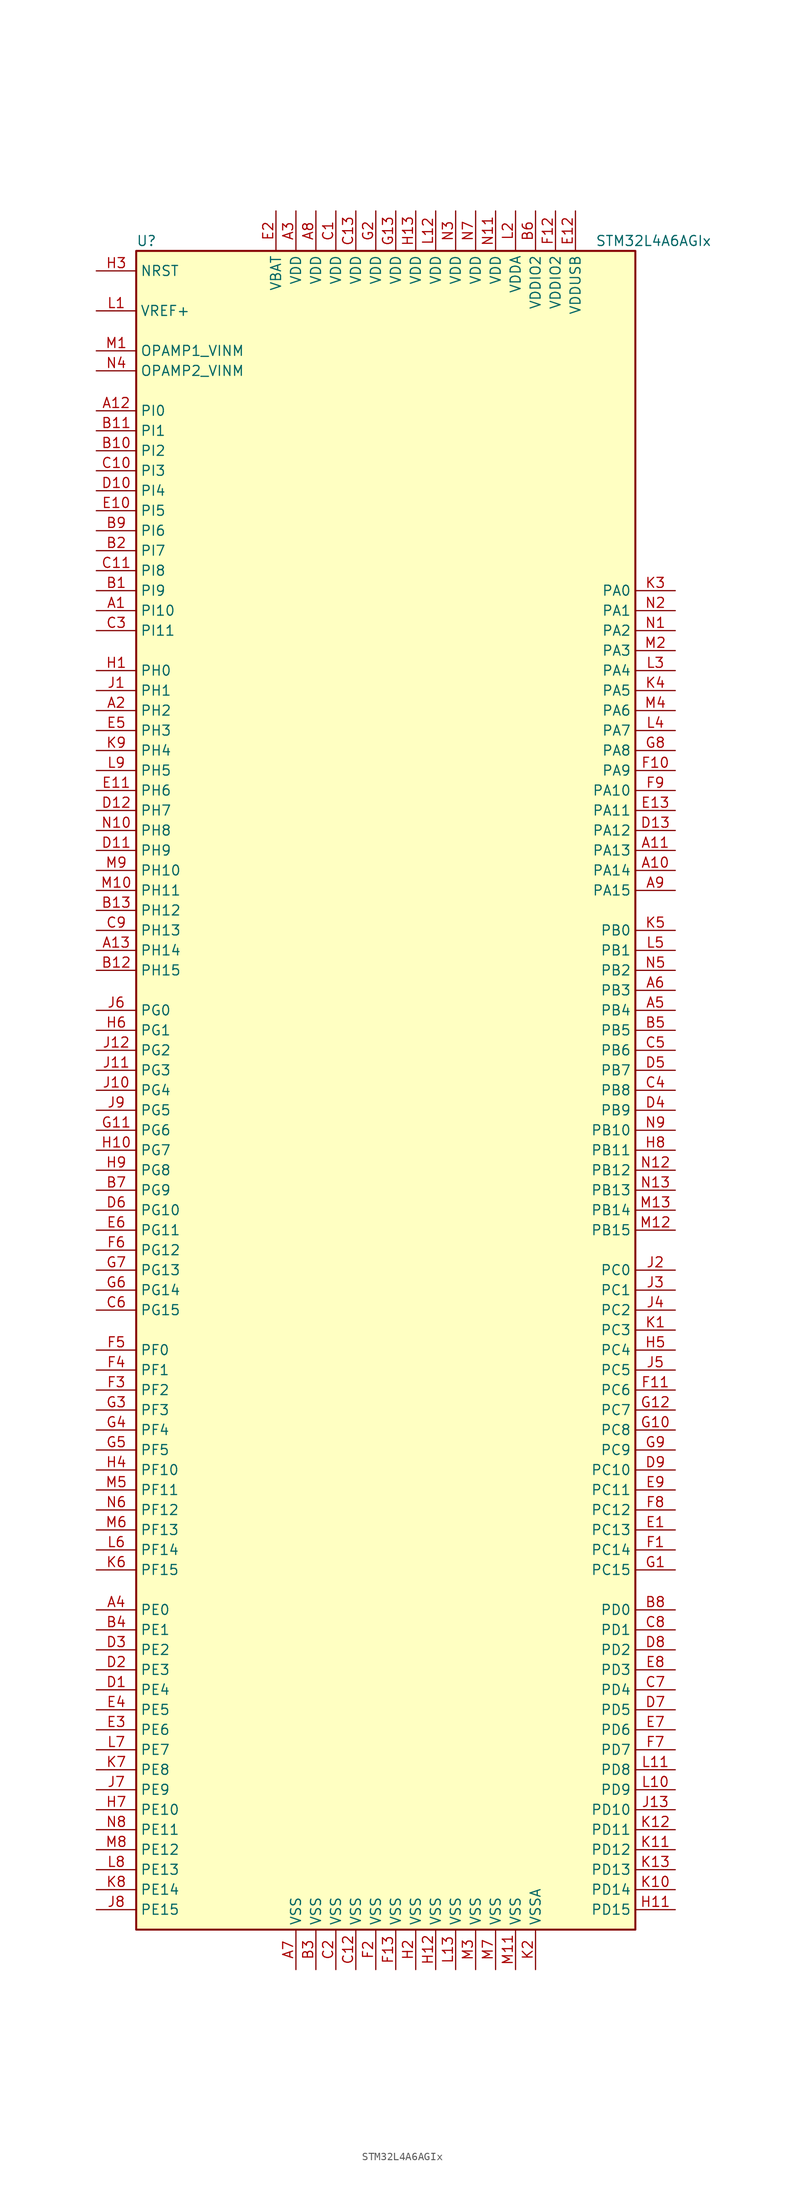
<source format=kicad_sym>
(kicad_symbol_lib
  (version 20220914)
  (generator kicad_symbol_editor)
  (symbol "STM32L4A6AGIx"
    (property "Reference" "U"
      (at -33.02 107.95 0)
      (effects (font (size 1.27 1.27)) (justify left)))
    (property "Value" "STM32L4A6AGIx"
      (at 25.4 107.95 0)
      (effects (font (size 1.27 1.27)) (justify left)))
    (symbol "STM32L4A6AGIx_0_1"
      (rectangle (start -33.02 -106.68) (end 30.48 106.68) (stroke (width 0.254) (type default)) (fill (type background))))
    (symbol "STM32L4A6AGIx_1_1"
      (pin bidirectional line (at -38.1 60.96 0) (length 5.08) (name "PI10" (effects (font (size 1.27 1.27)))) (number "A1" (effects (font (size 1.27 1.27)))))
      (pin bidirectional line (at 35.56 27.94 180) (length 5.08) (name "PA14" (effects (font (size 1.27 1.27)))) (number "A10" (effects (font (size 1.27 1.27)))))
      (pin bidirectional line (at 35.56 30.48 180) (length 5.08) (name "PA13" (effects (font (size 1.27 1.27)))) (number "A11" (effects (font (size 1.27 1.27)))))
      (pin bidirectional line (at -38.1 86.36 0) (length 5.08) (name "PI0" (effects (font (size 1.27 1.27)))) (number "A12" (effects (font (size 1.27 1.27)))))
      (pin bidirectional line (at -38.1 17.78 0) (length 5.08) (name "PH14" (effects (font (size 1.27 1.27)))) (number "A13" (effects (font (size 1.27 1.27)))))
      (pin bidirectional line (at -38.1 48.26 0) (length 5.08) (name "PH2" (effects (font (size 1.27 1.27)))) (number "A2" (effects (font (size 1.27 1.27)))))
      (pin power_in line (at -12.7 111.76 270) (length 5.08) (name "VDD" (effects (font (size 1.27 1.27)))) (number "A3" (effects (font (size 1.27 1.27)))))
      (pin bidirectional line (at -38.1 -66.04 0) (length 5.08) (name "PE0" (effects (font (size 1.27 1.27)))) (number "A4" (effects (font (size 1.27 1.27)))))
      (pin bidirectional line (at 35.56 10.16 180) (length 5.08) (name "PB4" (effects (font (size 1.27 1.27)))) (number "A5" (effects (font (size 1.27 1.27)))))
      (pin bidirectional line (at 35.56 12.7 180) (length 5.08) (name "PB3" (effects (font (size 1.27 1.27)))) (number "A6" (effects (font (size 1.27 1.27)))))
      (pin power_in line (at -12.7 -111.76 90) (length 5.08) (name "VSS" (effects (font (size 1.27 1.27)))) (number "A7" (effects (font (size 1.27 1.27)))))
      (pin power_in line (at -10.16 111.76 270) (length 5.08) (name "VDD" (effects (font (size 1.27 1.27)))) (number "A8" (effects (font (size 1.27 1.27)))))
      (pin bidirectional line (at 35.56 25.4 180) (length 5.08) (name "PA15" (effects (font (size 1.27 1.27)))) (number "A9" (effects (font (size 1.27 1.27)))))
      (pin bidirectional line (at -38.1 63.5 0) (length 5.08) (name "PI9" (effects (font (size 1.27 1.27)))) (number "B1" (effects (font (size 1.27 1.27)))))
      (pin bidirectional line (at -38.1 81.28 0) (length 5.08) (name "PI2" (effects (font (size 1.27 1.27)))) (number "B10" (effects (font (size 1.27 1.27)))))
      (pin bidirectional line (at -38.1 83.82 0) (length 5.08) (name "PI1" (effects (font (size 1.27 1.27)))) (number "B11" (effects (font (size 1.27 1.27)))))
      (pin bidirectional line (at -38.1 15.24 0) (length 5.08) (name "PH15" (effects (font (size 1.27 1.27)))) (number "B12" (effects (font (size 1.27 1.27)))))
      (pin bidirectional line (at -38.1 22.86 0) (length 5.08) (name "PH12" (effects (font (size 1.27 1.27)))) (number "B13" (effects (font (size 1.27 1.27)))))
      (pin bidirectional line (at -38.1 68.58 0) (length 5.08) (name "PI7" (effects (font (size 1.27 1.27)))) (number "B2" (effects (font (size 1.27 1.27)))))
      (pin power_in line (at -10.16 -111.76 90) (length 5.08) (name "VSS" (effects (font (size 1.27 1.27)))) (number "B3" (effects (font (size 1.27 1.27)))))
      (pin bidirectional line (at -38.1 -68.58 0) (length 5.08) (name "PE1" (effects (font (size 1.27 1.27)))) (number "B4" (effects (font (size 1.27 1.27)))))
      (pin bidirectional line (at 35.56 7.62 180) (length 5.08) (name "PB5" (effects (font (size 1.27 1.27)))) (number "B5" (effects (font (size 1.27 1.27)))))
      (pin power_in line (at 17.78 111.76 270) (length 5.08) (name "VDDIO2" (effects (font (size 1.27 1.27)))) (number "B6" (effects (font (size 1.27 1.27)))))
      (pin bidirectional line (at -38.1 -12.7 0) (length 5.08) (name "PG9" (effects (font (size 1.27 1.27)))) (number "B7" (effects (font (size 1.27 1.27)))))
      (pin bidirectional line (at 35.56 -66.04 180) (length 5.08) (name "PD0" (effects (font (size 1.27 1.27)))) (number "B8" (effects (font (size 1.27 1.27)))))
      (pin bidirectional line (at -38.1 71.12 0) (length 5.08) (name "PI6" (effects (font (size 1.27 1.27)))) (number "B9" (effects (font (size 1.27 1.27)))))
      (pin power_in line (at -7.62 111.76 270) (length 5.08) (name "VDD" (effects (font (size 1.27 1.27)))) (number "C1" (effects (font (size 1.27 1.27)))))
      (pin bidirectional line (at -38.1 78.74 0) (length 5.08) (name "PI3" (effects (font (size 1.27 1.27)))) (number "C10" (effects (font (size 1.27 1.27)))))
      (pin bidirectional line (at -38.1 66.04 0) (length 5.08) (name "PI8" (effects (font (size 1.27 1.27)))) (number "C11" (effects (font (size 1.27 1.27)))))
      (pin power_in line (at -5.08 -111.76 90) (length 5.08) (name "VSS" (effects (font (size 1.27 1.27)))) (number "C12" (effects (font (size 1.27 1.27)))))
      (pin power_in line (at -5.08 111.76 270) (length 5.08) (name "VDD" (effects (font (size 1.27 1.27)))) (number "C13" (effects (font (size 1.27 1.27)))))
      (pin power_in line (at -7.62 -111.76 90) (length 5.08) (name "VSS" (effects (font (size 1.27 1.27)))) (number "C2" (effects (font (size 1.27 1.27)))))
      (pin bidirectional line (at -38.1 58.42 0) (length 5.08) (name "PI11" (effects (font (size 1.27 1.27)))) (number "C3" (effects (font (size 1.27 1.27)))))
      (pin bidirectional line (at 35.56 0 180) (length 5.08) (name "PB8" (effects (font (size 1.27 1.27)))) (number "C4" (effects (font (size 1.27 1.27)))))
      (pin bidirectional line (at 35.56 5.08 180) (length 5.08) (name "PB6" (effects (font (size 1.27 1.27)))) (number "C5" (effects (font (size 1.27 1.27)))))
      (pin bidirectional line (at -38.1 -27.94 0) (length 5.08) (name "PG15" (effects (font (size 1.27 1.27)))) (number "C6" (effects (font (size 1.27 1.27)))))
      (pin bidirectional line (at 35.56 -76.2 180) (length 5.08) (name "PD4" (effects (font (size 1.27 1.27)))) (number "C7" (effects (font (size 1.27 1.27)))))
      (pin bidirectional line (at 35.56 -68.58 180) (length 5.08) (name "PD1" (effects (font (size 1.27 1.27)))) (number "C8" (effects (font (size 1.27 1.27)))))
      (pin bidirectional line (at -38.1 20.32 0) (length 5.08) (name "PH13" (effects (font (size 1.27 1.27)))) (number "C9" (effects (font (size 1.27 1.27)))))
      (pin bidirectional line (at -38.1 -76.2 0) (length 5.08) (name "PE4" (effects (font (size 1.27 1.27)))) (number "D1" (effects (font (size 1.27 1.27)))))
      (pin bidirectional line (at -38.1 76.2 0) (length 5.08) (name "PI4" (effects (font (size 1.27 1.27)))) (number "D10" (effects (font (size 1.27 1.27)))))
      (pin bidirectional line (at -38.1 30.48 0) (length 5.08) (name "PH9" (effects (font (size 1.27 1.27)))) (number "D11" (effects (font (size 1.27 1.27)))))
      (pin bidirectional line (at -38.1 35.56 0) (length 5.08) (name "PH7" (effects (font (size 1.27 1.27)))) (number "D12" (effects (font (size 1.27 1.27)))))
      (pin bidirectional line (at 35.56 33.02 180) (length 5.08) (name "PA12" (effects (font (size 1.27 1.27)))) (number "D13" (effects (font (size 1.27 1.27)))))
      (pin bidirectional line (at -38.1 -73.66 0) (length 5.08) (name "PE3" (effects (font (size 1.27 1.27)))) (number "D2" (effects (font (size 1.27 1.27)))))
      (pin bidirectional line (at -38.1 -71.12 0) (length 5.08) (name "PE2" (effects (font (size 1.27 1.27)))) (number "D3" (effects (font (size 1.27 1.27)))))
      (pin bidirectional line (at 35.56 -2.54 180) (length 5.08) (name "PB9" (effects (font (size 1.27 1.27)))) (number "D4" (effects (font (size 1.27 1.27)))))
      (pin bidirectional line (at 35.56 2.54 180) (length 5.08) (name "PB7" (effects (font (size 1.27 1.27)))) (number "D5" (effects (font (size 1.27 1.27)))))
      (pin bidirectional line (at -38.1 -15.24 0) (length 5.08) (name "PG10" (effects (font (size 1.27 1.27)))) (number "D6" (effects (font (size 1.27 1.27)))))
      (pin bidirectional line (at 35.56 -78.74 180) (length 5.08) (name "PD5" (effects (font (size 1.27 1.27)))) (number "D7" (effects (font (size 1.27 1.27)))))
      (pin bidirectional line (at 35.56 -71.12 180) (length 5.08) (name "PD2" (effects (font (size 1.27 1.27)))) (number "D8" (effects (font (size 1.27 1.27)))))
      (pin bidirectional line (at 35.56 -48.26 180) (length 5.08) (name "PC10" (effects (font (size 1.27 1.27)))) (number "D9" (effects (font (size 1.27 1.27)))))
      (pin bidirectional line (at 35.56 -55.88 180) (length 5.08) (name "PC13" (effects (font (size 1.27 1.27)))) (number "E1" (effects (font (size 1.27 1.27)))))
      (pin bidirectional line (at -38.1 73.66 0) (length 5.08) (name "PI5" (effects (font (size 1.27 1.27)))) (number "E10" (effects (font (size 1.27 1.27)))))
      (pin bidirectional line (at -38.1 38.1 0) (length 5.08) (name "PH6" (effects (font (size 1.27 1.27)))) (number "E11" (effects (font (size 1.27 1.27)))))
      (pin power_in line (at 22.86 111.76 270) (length 5.08) (name "VDDUSB" (effects (font (size 1.27 1.27)))) (number "E12" (effects (font (size 1.27 1.27)))))
      (pin bidirectional line (at 35.56 35.56 180) (length 5.08) (name "PA11" (effects (font (size 1.27 1.27)))) (number "E13" (effects (font (size 1.27 1.27)))))
      (pin power_in line (at -15.24 111.76 270) (length 5.08) (name "VBAT" (effects (font (size 1.27 1.27)))) (number "E2" (effects (font (size 1.27 1.27)))))
      (pin bidirectional line (at -38.1 -81.28 0) (length 5.08) (name "PE6" (effects (font (size 1.27 1.27)))) (number "E3" (effects (font (size 1.27 1.27)))))
      (pin bidirectional line (at -38.1 -78.74 0) (length 5.08) (name "PE5" (effects (font (size 1.27 1.27)))) (number "E4" (effects (font (size 1.27 1.27)))))
      (pin bidirectional line (at -38.1 45.72 0) (length 5.08) (name "PH3" (effects (font (size 1.27 1.27)))) (number "E5" (effects (font (size 1.27 1.27)))))
      (pin bidirectional line (at -38.1 -17.78 0) (length 5.08) (name "PG11" (effects (font (size 1.27 1.27)))) (number "E6" (effects (font (size 1.27 1.27)))))
      (pin bidirectional line (at 35.56 -81.28 180) (length 5.08) (name "PD6" (effects (font (size 1.27 1.27)))) (number "E7" (effects (font (size 1.27 1.27)))))
      (pin bidirectional line (at 35.56 -73.66 180) (length 5.08) (name "PD3" (effects (font (size 1.27 1.27)))) (number "E8" (effects (font (size 1.27 1.27)))))
      (pin bidirectional line (at 35.56 -50.8 180) (length 5.08) (name "PC11" (effects (font (size 1.27 1.27)))) (number "E9" (effects (font (size 1.27 1.27)))))
      (pin bidirectional line (at 35.56 -58.42 180) (length 5.08) (name "PC14" (effects (font (size 1.27 1.27)))) (number "F1" (effects (font (size 1.27 1.27)))))
      (pin bidirectional line (at 35.56 40.64 180) (length 5.08) (name "PA9" (effects (font (size 1.27 1.27)))) (number "F10" (effects (font (size 1.27 1.27)))))
      (pin bidirectional line (at 35.56 -38.1 180) (length 5.08) (name "PC6" (effects (font (size 1.27 1.27)))) (number "F11" (effects (font (size 1.27 1.27)))))
      (pin power_in line (at 20.32 111.76 270) (length 5.08) (name "VDDIO2" (effects (font (size 1.27 1.27)))) (number "F12" (effects (font (size 1.27 1.27)))))
      (pin power_in line (at 0 -111.76 90) (length 5.08) (name "VSS" (effects (font (size 1.27 1.27)))) (number "F13" (effects (font (size 1.27 1.27)))))
      (pin power_in line (at -2.54 -111.76 90) (length 5.08) (name "VSS" (effects (font (size 1.27 1.27)))) (number "F2" (effects (font (size 1.27 1.27)))))
      (pin bidirectional line (at -38.1 -38.1 0) (length 5.08) (name "PF2" (effects (font (size 1.27 1.27)))) (number "F3" (effects (font (size 1.27 1.27)))))
      (pin bidirectional line (at -38.1 -35.56 0) (length 5.08) (name "PF1" (effects (font (size 1.27 1.27)))) (number "F4" (effects (font (size 1.27 1.27)))))
      (pin bidirectional line (at -38.1 -33.02 0) (length 5.08) (name "PF0" (effects (font (size 1.27 1.27)))) (number "F5" (effects (font (size 1.27 1.27)))))
      (pin bidirectional line (at -38.1 -20.32 0) (length 5.08) (name "PG12" (effects (font (size 1.27 1.27)))) (number "F6" (effects (font (size 1.27 1.27)))))
      (pin bidirectional line (at 35.56 -83.82 180) (length 5.08) (name "PD7" (effects (font (size 1.27 1.27)))) (number "F7" (effects (font (size 1.27 1.27)))))
      (pin bidirectional line (at 35.56 -53.34 180) (length 5.08) (name "PC12" (effects (font (size 1.27 1.27)))) (number "F8" (effects (font (size 1.27 1.27)))))
      (pin bidirectional line (at 35.56 38.1 180) (length 5.08) (name "PA10" (effects (font (size 1.27 1.27)))) (number "F9" (effects (font (size 1.27 1.27)))))
      (pin bidirectional line (at 35.56 -60.96 180) (length 5.08) (name "PC15" (effects (font (size 1.27 1.27)))) (number "G1" (effects (font (size 1.27 1.27)))))
      (pin bidirectional line (at 35.56 -43.18 180) (length 5.08) (name "PC8" (effects (font (size 1.27 1.27)))) (number "G10" (effects (font (size 1.27 1.27)))))
      (pin bidirectional line (at -38.1 -5.08 0) (length 5.08) (name "PG6" (effects (font (size 1.27 1.27)))) (number "G11" (effects (font (size 1.27 1.27)))))
      (pin bidirectional line (at 35.56 -40.64 180) (length 5.08) (name "PC7" (effects (font (size 1.27 1.27)))) (number "G12" (effects (font (size 1.27 1.27)))))
      (pin power_in line (at 0 111.76 270) (length 5.08) (name "VDD" (effects (font (size 1.27 1.27)))) (number "G13" (effects (font (size 1.27 1.27)))))
      (pin power_in line (at -2.54 111.76 270) (length 5.08) (name "VDD" (effects (font (size 1.27 1.27)))) (number "G2" (effects (font (size 1.27 1.27)))))
      (pin bidirectional line (at -38.1 -40.64 0) (length 5.08) (name "PF3" (effects (font (size 1.27 1.27)))) (number "G3" (effects (font (size 1.27 1.27)))))
      (pin bidirectional line (at -38.1 -43.18 0) (length 5.08) (name "PF4" (effects (font (size 1.27 1.27)))) (number "G4" (effects (font (size 1.27 1.27)))))
      (pin bidirectional line (at -38.1 -45.72 0) (length 5.08) (name "PF5" (effects (font (size 1.27 1.27)))) (number "G5" (effects (font (size 1.27 1.27)))))
      (pin bidirectional line (at -38.1 -25.4 0) (length 5.08) (name "PG14" (effects (font (size 1.27 1.27)))) (number "G6" (effects (font (size 1.27 1.27)))))
      (pin bidirectional line (at -38.1 -22.86 0) (length 5.08) (name "PG13" (effects (font (size 1.27 1.27)))) (number "G7" (effects (font (size 1.27 1.27)))))
      (pin bidirectional line (at 35.56 43.18 180) (length 5.08) (name "PA8" (effects (font (size 1.27 1.27)))) (number "G8" (effects (font (size 1.27 1.27)))))
      (pin bidirectional line (at 35.56 -45.72 180) (length 5.08) (name "PC9" (effects (font (size 1.27 1.27)))) (number "G9" (effects (font (size 1.27 1.27)))))
      (pin input line (at -38.1 53.34 0) (length 5.08) (name "PH0" (effects (font (size 1.27 1.27)))) (number "H1" (effects (font (size 1.27 1.27)))))
      (pin bidirectional line (at -38.1 -7.62 0) (length 5.08) (name "PG7" (effects (font (size 1.27 1.27)))) (number "H10" (effects (font (size 1.27 1.27)))))
      (pin bidirectional line (at 35.56 -104.14 180) (length 5.08) (name "PD15" (effects (font (size 1.27 1.27)))) (number "H11" (effects (font (size 1.27 1.27)))))
      (pin power_in line (at 5.08 -111.76 90) (length 5.08) (name "VSS" (effects (font (size 1.27 1.27)))) (number "H12" (effects (font (size 1.27 1.27)))))
      (pin power_in line (at 2.54 111.76 270) (length 5.08) (name "VDD" (effects (font (size 1.27 1.27)))) (number "H13" (effects (font (size 1.27 1.27)))))
      (pin power_in line (at 2.54 -111.76 90) (length 5.08) (name "VSS" (effects (font (size 1.27 1.27)))) (number "H2" (effects (font (size 1.27 1.27)))))
      (pin input line (at -38.1 104.14 0) (length 5.08) (name "NRST" (effects (font (size 1.27 1.27)))) (number "H3" (effects (font (size 1.27 1.27)))))
      (pin bidirectional line (at -38.1 -48.26 0) (length 5.08) (name "PF10" (effects (font (size 1.27 1.27)))) (number "H4" (effects (font (size 1.27 1.27)))))
      (pin bidirectional line (at 35.56 -33.02 180) (length 5.08) (name "PC4" (effects (font (size 1.27 1.27)))) (number "H5" (effects (font (size 1.27 1.27)))))
      (pin bidirectional line (at -38.1 7.62 0) (length 5.08) (name "PG1" (effects (font (size 1.27 1.27)))) (number "H6" (effects (font (size 1.27 1.27)))))
      (pin bidirectional line (at -38.1 -91.44 0) (length 5.08) (name "PE10" (effects (font (size 1.27 1.27)))) (number "H7" (effects (font (size 1.27 1.27)))))
      (pin bidirectional line (at 35.56 -7.62 180) (length 5.08) (name "PB11" (effects (font (size 1.27 1.27)))) (number "H8" (effects (font (size 1.27 1.27)))))
      (pin bidirectional line (at -38.1 -10.16 0) (length 5.08) (name "PG8" (effects (font (size 1.27 1.27)))) (number "H9" (effects (font (size 1.27 1.27)))))
      (pin input line (at -38.1 50.8 0) (length 5.08) (name "PH1" (effects (font (size 1.27 1.27)))) (number "J1" (effects (font (size 1.27 1.27)))))
      (pin bidirectional line (at -38.1 0 0) (length 5.08) (name "PG4" (effects (font (size 1.27 1.27)))) (number "J10" (effects (font (size 1.27 1.27)))))
      (pin bidirectional line (at -38.1 2.54 0) (length 5.08) (name "PG3" (effects (font (size 1.27 1.27)))) (number "J11" (effects (font (size 1.27 1.27)))))
      (pin bidirectional line (at -38.1 5.08 0) (length 5.08) (name "PG2" (effects (font (size 1.27 1.27)))) (number "J12" (effects (font (size 1.27 1.27)))))
      (pin bidirectional line (at 35.56 -91.44 180) (length 5.08) (name "PD10" (effects (font (size 1.27 1.27)))) (number "J13" (effects (font (size 1.27 1.27)))))
      (pin bidirectional line (at 35.56 -22.86 180) (length 5.08) (name "PC0" (effects (font (size 1.27 1.27)))) (number "J2" (effects (font (size 1.27 1.27)))))
      (pin bidirectional line (at 35.56 -25.4 180) (length 5.08) (name "PC1" (effects (font (size 1.27 1.27)))) (number "J3" (effects (font (size 1.27 1.27)))))
      (pin bidirectional line (at 35.56 -27.94 180) (length 5.08) (name "PC2" (effects (font (size 1.27 1.27)))) (number "J4" (effects (font (size 1.27 1.27)))))
      (pin bidirectional line (at 35.56 -35.56 180) (length 5.08) (name "PC5" (effects (font (size 1.27 1.27)))) (number "J5" (effects (font (size 1.27 1.27)))))
      (pin bidirectional line (at -38.1 10.16 0) (length 5.08) (name "PG0" (effects (font (size 1.27 1.27)))) (number "J6" (effects (font (size 1.27 1.27)))))
      (pin bidirectional line (at -38.1 -88.9 0) (length 5.08) (name "PE9" (effects (font (size 1.27 1.27)))) (number "J7" (effects (font (size 1.27 1.27)))))
      (pin bidirectional line (at -38.1 -104.14 0) (length 5.08) (name "PE15" (effects (font (size 1.27 1.27)))) (number "J8" (effects (font (size 1.27 1.27)))))
      (pin bidirectional line (at -38.1 -2.54 0) (length 5.08) (name "PG5" (effects (font (size 1.27 1.27)))) (number "J9" (effects (font (size 1.27 1.27)))))
      (pin bidirectional line (at 35.56 -30.48 180) (length 5.08) (name "PC3" (effects (font (size 1.27 1.27)))) (number "K1" (effects (font (size 1.27 1.27)))))
      (pin bidirectional line (at 35.56 -101.6 180) (length 5.08) (name "PD14" (effects (font (size 1.27 1.27)))) (number "K10" (effects (font (size 1.27 1.27)))))
      (pin bidirectional line (at 35.56 -96.52 180) (length 5.08) (name "PD12" (effects (font (size 1.27 1.27)))) (number "K11" (effects (font (size 1.27 1.27)))))
      (pin bidirectional line (at 35.56 -93.98 180) (length 5.08) (name "PD11" (effects (font (size 1.27 1.27)))) (number "K12" (effects (font (size 1.27 1.27)))))
      (pin bidirectional line (at 35.56 -99.06 180) (length 5.08) (name "PD13" (effects (font (size 1.27 1.27)))) (number "K13" (effects (font (size 1.27 1.27)))))
      (pin power_in line (at 17.78 -111.76 90) (length 5.08) (name "VSSA" (effects (font (size 1.27 1.27)))) (number "K2" (effects (font (size 1.27 1.27)))))
      (pin bidirectional line (at 35.56 63.5 180) (length 5.08) (name "PA0" (effects (font (size 1.27 1.27)))) (number "K3" (effects (font (size 1.27 1.27)))))
      (pin bidirectional line (at 35.56 50.8 180) (length 5.08) (name "PA5" (effects (font (size 1.27 1.27)))) (number "K4" (effects (font (size 1.27 1.27)))))
      (pin bidirectional line (at 35.56 20.32 180) (length 5.08) (name "PB0" (effects (font (size 1.27 1.27)))) (number "K5" (effects (font (size 1.27 1.27)))))
      (pin bidirectional line (at -38.1 -60.96 0) (length 5.08) (name "PF15" (effects (font (size 1.27 1.27)))) (number "K6" (effects (font (size 1.27 1.27)))))
      (pin bidirectional line (at -38.1 -86.36 0) (length 5.08) (name "PE8" (effects (font (size 1.27 1.27)))) (number "K7" (effects (font (size 1.27 1.27)))))
      (pin bidirectional line (at -38.1 -101.6 0) (length 5.08) (name "PE14" (effects (font (size 1.27 1.27)))) (number "K8" (effects (font (size 1.27 1.27)))))
      (pin bidirectional line (at -38.1 43.18 0) (length 5.08) (name "PH4" (effects (font (size 1.27 1.27)))) (number "K9" (effects (font (size 1.27 1.27)))))
      (pin bidirectional line (at -38.1 99.06 0) (length 5.08) (name "VREF+" (effects (font (size 1.27 1.27)))) (number "L1" (effects (font (size 1.27 1.27)))))
      (pin bidirectional line (at 35.56 -88.9 180) (length 5.08) (name "PD9" (effects (font (size 1.27 1.27)))) (number "L10" (effects (font (size 1.27 1.27)))))
      (pin bidirectional line (at 35.56 -86.36 180) (length 5.08) (name "PD8" (effects (font (size 1.27 1.27)))) (number "L11" (effects (font (size 1.27 1.27)))))
      (pin power_in line (at 5.08 111.76 270) (length 5.08) (name "VDD" (effects (font (size 1.27 1.27)))) (number "L12" (effects (font (size 1.27 1.27)))))
      (pin power_in line (at 7.62 -111.76 90) (length 5.08) (name "VSS" (effects (font (size 1.27 1.27)))) (number "L13" (effects (font (size 1.27 1.27)))))
      (pin power_in line (at 15.24 111.76 270) (length 5.08) (name "VDDA" (effects (font (size 1.27 1.27)))) (number "L2" (effects (font (size 1.27 1.27)))))
      (pin bidirectional line (at 35.56 53.34 180) (length 5.08) (name "PA4" (effects (font (size 1.27 1.27)))) (number "L3" (effects (font (size 1.27 1.27)))))
      (pin bidirectional line (at 35.56 45.72 180) (length 5.08) (name "PA7" (effects (font (size 1.27 1.27)))) (number "L4" (effects (font (size 1.27 1.27)))))
      (pin bidirectional line (at 35.56 17.78 180) (length 5.08) (name "PB1" (effects (font (size 1.27 1.27)))) (number "L5" (effects (font (size 1.27 1.27)))))
      (pin bidirectional line (at -38.1 -58.42 0) (length 5.08) (name "PF14" (effects (font (size 1.27 1.27)))) (number "L6" (effects (font (size 1.27 1.27)))))
      (pin bidirectional line (at -38.1 -83.82 0) (length 5.08) (name "PE7" (effects (font (size 1.27 1.27)))) (number "L7" (effects (font (size 1.27 1.27)))))
      (pin bidirectional line (at -38.1 -99.06 0) (length 5.08) (name "PE13" (effects (font (size 1.27 1.27)))) (number "L8" (effects (font (size 1.27 1.27)))))
      (pin bidirectional line (at -38.1 40.64 0) (length 5.08) (name "PH5" (effects (font (size 1.27 1.27)))) (number "L9" (effects (font (size 1.27 1.27)))))
      (pin bidirectional line (at -38.1 93.98 0) (length 5.08) (name "OPAMP1_VINM" (effects (font (size 1.27 1.27)))) (number "M1" (effects (font (size 1.27 1.27)))))
      (pin bidirectional line (at -38.1 25.4 0) (length 5.08) (name "PH11" (effects (font (size 1.27 1.27)))) (number "M10" (effects (font (size 1.27 1.27)))))
      (pin power_in line (at 15.24 -111.76 90) (length 5.08) (name "VSS" (effects (font (size 1.27 1.27)))) (number "M11" (effects (font (size 1.27 1.27)))))
      (pin bidirectional line (at 35.56 -17.78 180) (length 5.08) (name "PB15" (effects (font (size 1.27 1.27)))) (number "M12" (effects (font (size 1.27 1.27)))))
      (pin bidirectional line (at 35.56 -15.24 180) (length 5.08) (name "PB14" (effects (font (size 1.27 1.27)))) (number "M13" (effects (font (size 1.27 1.27)))))
      (pin bidirectional line (at 35.56 55.88 180) (length 5.08) (name "PA3" (effects (font (size 1.27 1.27)))) (number "M2" (effects (font (size 1.27 1.27)))))
      (pin power_in line (at 10.16 -111.76 90) (length 5.08) (name "VSS" (effects (font (size 1.27 1.27)))) (number "M3" (effects (font (size 1.27 1.27)))))
      (pin bidirectional line (at 35.56 48.26 180) (length 5.08) (name "PA6" (effects (font (size 1.27 1.27)))) (number "M4" (effects (font (size 1.27 1.27)))))
      (pin bidirectional line (at -38.1 -50.8 0) (length 5.08) (name "PF11" (effects (font (size 1.27 1.27)))) (number "M5" (effects (font (size 1.27 1.27)))))
      (pin bidirectional line (at -38.1 -55.88 0) (length 5.08) (name "PF13" (effects (font (size 1.27 1.27)))) (number "M6" (effects (font (size 1.27 1.27)))))
      (pin power_in line (at 12.7 -111.76 90) (length 5.08) (name "VSS" (effects (font (size 1.27 1.27)))) (number "M7" (effects (font (size 1.27 1.27)))))
      (pin bidirectional line (at -38.1 -96.52 0) (length 5.08) (name "PE12" (effects (font (size 1.27 1.27)))) (number "M8" (effects (font (size 1.27 1.27)))))
      (pin bidirectional line (at -38.1 27.94 0) (length 5.08) (name "PH10" (effects (font (size 1.27 1.27)))) (number "M9" (effects (font (size 1.27 1.27)))))
      (pin bidirectional line (at 35.56 58.42 180) (length 5.08) (name "PA2" (effects (font (size 1.27 1.27)))) (number "N1" (effects (font (size 1.27 1.27)))))
      (pin bidirectional line (at -38.1 33.02 0) (length 5.08) (name "PH8" (effects (font (size 1.27 1.27)))) (number "N10" (effects (font (size 1.27 1.27)))))
      (pin power_in line (at 12.7 111.76 270) (length 5.08) (name "VDD" (effects (font (size 1.27 1.27)))) (number "N11" (effects (font (size 1.27 1.27)))))
      (pin bidirectional line (at 35.56 -10.16 180) (length 5.08) (name "PB12" (effects (font (size 1.27 1.27)))) (number "N12" (effects (font (size 1.27 1.27)))))
      (pin bidirectional line (at 35.56 -12.7 180) (length 5.08) (name "PB13" (effects (font (size 1.27 1.27)))) (number "N13" (effects (font (size 1.27 1.27)))))
      (pin bidirectional line (at 35.56 60.96 180) (length 5.08) (name "PA1" (effects (font (size 1.27 1.27)))) (number "N2" (effects (font (size 1.27 1.27)))))
      (pin power_in line (at 7.62 111.76 270) (length 5.08) (name "VDD" (effects (font (size 1.27 1.27)))) (number "N3" (effects (font (size 1.27 1.27)))))
      (pin bidirectional line (at -38.1 91.44 0) (length 5.08) (name "OPAMP2_VINM" (effects (font (size 1.27 1.27)))) (number "N4" (effects (font (size 1.27 1.27)))))
      (pin bidirectional line (at 35.56 15.24 180) (length 5.08) (name "PB2" (effects (font (size 1.27 1.27)))) (number "N5" (effects (font (size 1.27 1.27)))))
      (pin bidirectional line (at -38.1 -53.34 0) (length 5.08) (name "PF12" (effects (font (size 1.27 1.27)))) (number "N6" (effects (font (size 1.27 1.27)))))
      (pin power_in line (at 10.16 111.76 270) (length 5.08) (name "VDD" (effects (font (size 1.27 1.27)))) (number "N7" (effects (font (size 1.27 1.27)))))
      (pin bidirectional line (at -38.1 -93.98 0) (length 5.08) (name "PE11" (effects (font (size 1.27 1.27)))) (number "N8" (effects (font (size 1.27 1.27)))))
      (pin bidirectional line (at 35.56 -5.08 180) (length 5.08) (name "PB10" (effects (font (size 1.27 1.27)))) (number "N9" (effects (font (size 1.27 1.27))))))))
</source>
